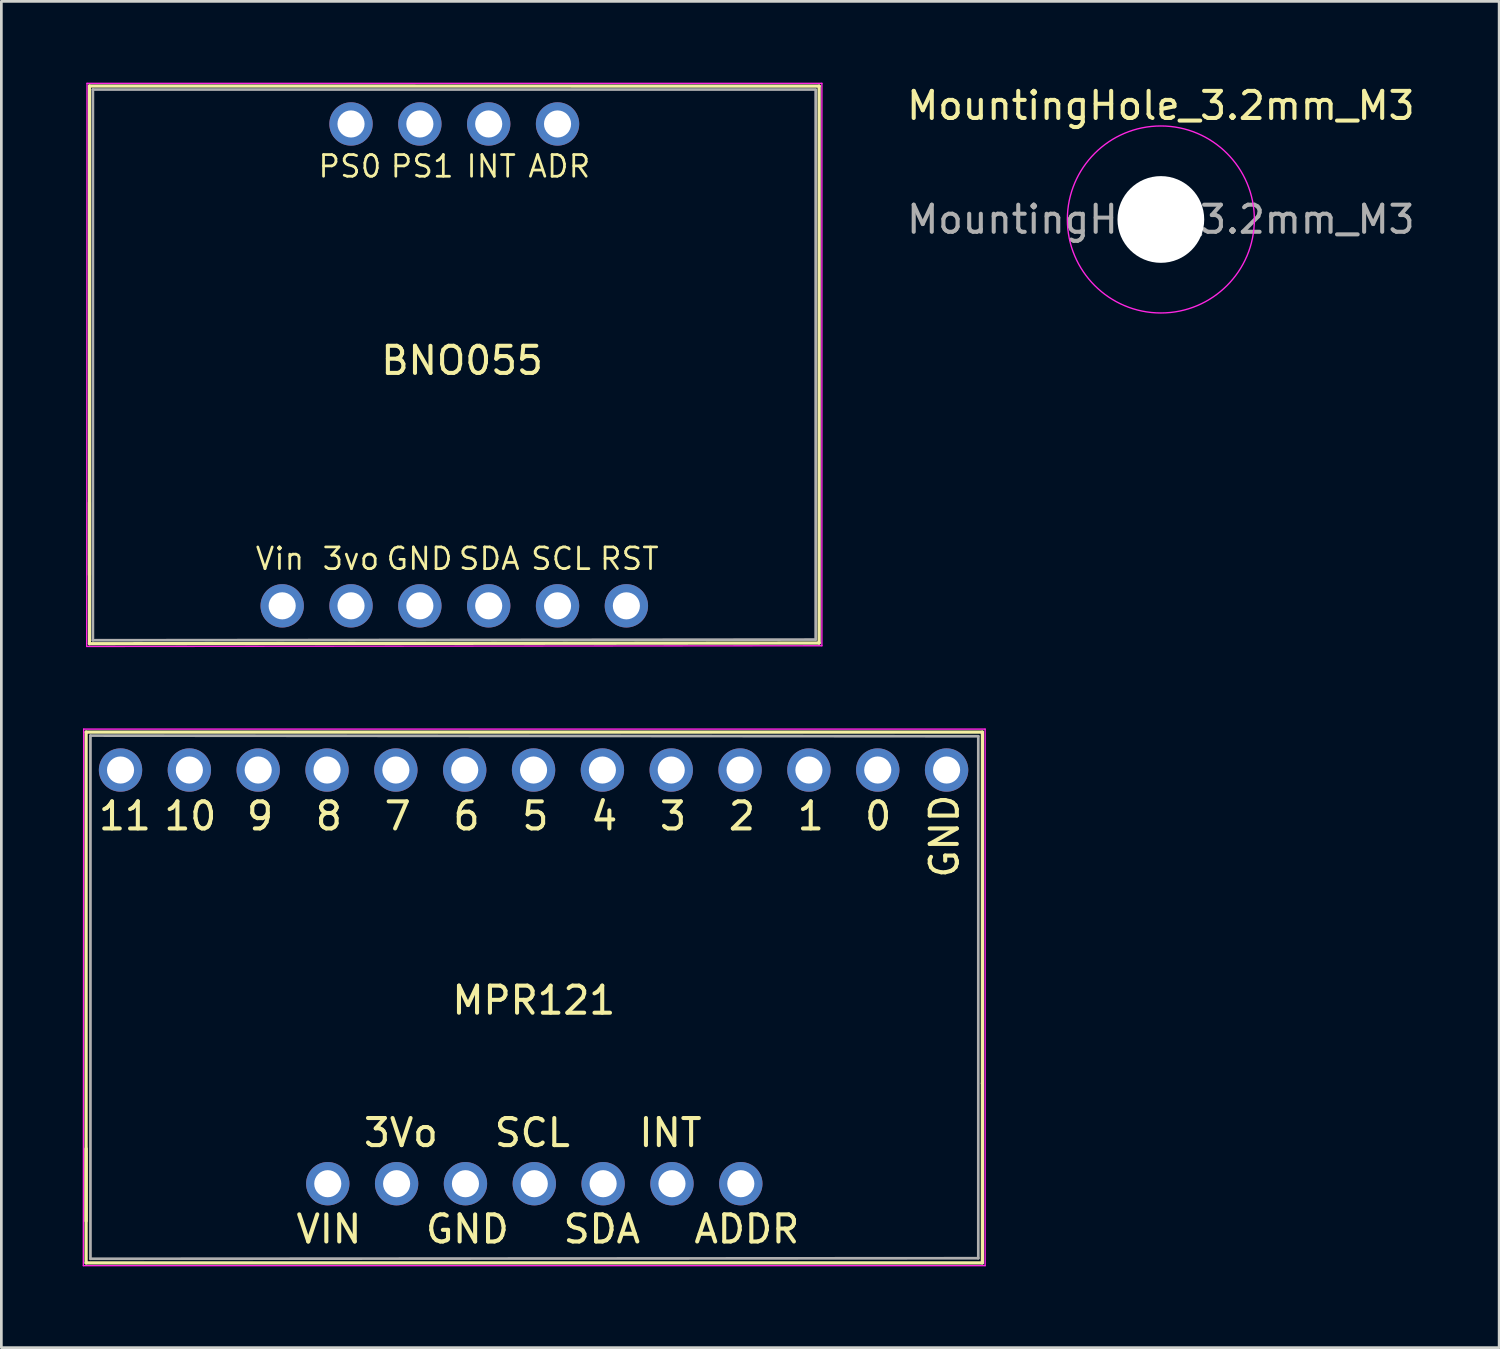
<source format=kicad_pcb>
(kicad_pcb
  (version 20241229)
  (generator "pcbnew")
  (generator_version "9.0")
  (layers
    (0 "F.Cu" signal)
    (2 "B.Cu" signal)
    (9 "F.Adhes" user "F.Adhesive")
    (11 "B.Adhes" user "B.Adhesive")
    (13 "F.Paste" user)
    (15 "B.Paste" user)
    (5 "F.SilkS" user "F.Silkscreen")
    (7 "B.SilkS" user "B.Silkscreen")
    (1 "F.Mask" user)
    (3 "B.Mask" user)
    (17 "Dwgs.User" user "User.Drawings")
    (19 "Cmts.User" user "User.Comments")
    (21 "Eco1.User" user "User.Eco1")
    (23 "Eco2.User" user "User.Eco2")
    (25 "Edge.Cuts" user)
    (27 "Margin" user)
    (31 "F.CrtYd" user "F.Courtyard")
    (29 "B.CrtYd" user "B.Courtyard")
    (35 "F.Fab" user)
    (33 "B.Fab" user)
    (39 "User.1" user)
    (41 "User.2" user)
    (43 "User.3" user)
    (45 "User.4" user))
  (footprint "BNO055"
    (layer "F.Cu")
    (at 0.25 0.254)
    (property "Reference" "BNO055" (at 13.75 10 180) (layer "F.SilkS") (effects (font (size 1 1) (thickness 0.15))))
    (attr through_hole)
    (fp_line (start 0 -0.13) (end 0 17.91) (stroke (width 0.12) (type solid)) (layer "F.SilkS"))
    (fp_line (start 0 15.24) (end 0 20.447) (stroke (width 0.12) (type solid)) (layer "F.SilkS"))
    (fp_line (start 0 20.447) (end 26.924 20.422) (stroke (width 0.12) (type solid)) (layer "F.SilkS"))
    (fp_line (start 26.924 -0.127) (end 0 -0.13) (stroke (width 0.12) (type solid)) (layer "F.SilkS"))
    (fp_line (start 26.924 20.422) (end 26.924 -0.127) (stroke (width 0.12) (type solid)) (layer "F.SilkS"))
    (fp_line (start -0.102 20.549) (end -0.09 -0.229) (stroke (width 0.05) (type solid)) (layer "F.CrtYd"))
    (fp_line (start -0.102 20.549) (end 27.026 20.523) (stroke (width 0.05) (type solid)) (layer "F.CrtYd"))
    (fp_line (start 27.026 -0.229) (end -0.09 -0.229) (stroke (width 0.05) (type solid)) (layer "F.CrtYd"))
    (fp_line (start 27.026 -0.229) (end 27.026 20.523) (stroke (width 0.05) (type solid)) (layer "F.CrtYd"))
    (fp_line (start 0.127 0) (end 26.797 0) (stroke (width 0.1) (type solid)) (layer "F.Fab"))
    (fp_line (start 0.127 20.32) (end 0.127 0) (stroke (width 0.1) (type solid)) (layer "F.Fab"))
    (fp_line (start 26.797 0.019) (end 26.797 20.295) (stroke (width 0.1) (type solid)) (layer "F.Fab"))
    (fp_line (start 26.797 20.295) (end 0.127 20.32) (stroke (width 0.1) (type solid)) (layer "F.Fab"))
    (fp_text user "RST" (at 18.769 17.78 0) (unlocked yes) (layer "F.SilkS") (effects (font (size 0.8 0.8) (thickness 0.1)) (justify left bottom)))
    (fp_text user "PS1" (at 11.049 3.302 0) (unlocked yes) (layer "F.SilkS") (effects (font (size 0.8 0.8) (thickness 0.1)) (justify left bottom)))
    (fp_text user "SCL" (at 16.229 17.78 0) (unlocked yes) (layer "F.SilkS") (effects (font (size 0.8 0.8) (thickness 0.1)) (justify left bottom)))
    (fp_text user "SDA" (at 13.564 17.78 0) (unlocked yes) (layer "F.SilkS") (effects (font (size 0.8 0.8) (thickness 0.1)) (justify left bottom)))
    (fp_text user "INT" (at 13.843 3.302 0) (unlocked yes) (layer "F.SilkS") (effects (font (size 0.8 0.8) (thickness 0.1)) (justify left bottom)))
    (fp_text user "ADR" (at 16.129 3.302 0) (unlocked yes) (layer "F.SilkS") (effects (font (size 0.8 0.8) (thickness 0.1)) (justify left bottom)))
    (fp_text user "3vo" (at 8.534 17.78 0) (unlocked yes) (layer "F.SilkS") (effects (font (size 0.8 0.8) (thickness 0.1)) (justify left bottom)))
    (fp_text user "GND" (at 10.895 17.78 0) (unlocked yes) (layer "F.SilkS") (effects (font (size 0.8 0.8) (thickness 0.1)) (justify left bottom)))
    (fp_text user "Vin" (at 6.069 17.78 0) (unlocked yes) (layer "F.SilkS") (effects (font (size 0.8 0.8) (thickness 0.1)) (justify left bottom)))
    (fp_text user "PS0" (at 8.382 3.302 0) (unlocked yes) (layer "F.SilkS") (effects (font (size 0.8 0.8) (thickness 0.1)) (justify left bottom)))
    (pad "2" thru_hole oval (at 12.192 19.05 90) (size 1.6 1.6) (drill 1) (layers "*.Cu" "*.Mask"))
    (pad "3" thru_hole oval (at 7.112 19.05 90) (size 1.6 1.6) (drill 1) (layers "*.Cu" "*.Mask"))
    (pad "4" thru_hole oval (at 9.652 19.05 90) (size 1.6 1.6) (drill 1) (layers "*.Cu" "*.Mask"))
    (pad "5" thru_hole oval (at 12.192 1.27 90) (size 1.6 1.6) (drill 1) (layers "*.Cu" "*.Mask"))
    (pad "6" thru_hole oval (at 9.652 1.27 90) (size 1.6 1.6) (drill 1) (layers "*.Cu" "*.Mask"))
    (pad "11" thru_hole oval (at 19.812 19.05 90) (size 1.6 1.6) (drill 1) (layers "*.Cu" "*.Mask"))
    (pad "14" thru_hole oval (at 14.732 1.27 90) (size 1.6 1.6) (drill 1) (layers "*.Cu" "*.Mask"))
    (pad "17" thru_hole oval (at 17.272 1.27 90) (size 1.6 1.6) (drill 1) (layers "*.Cu" "*.Mask"))
    (pad "19" thru_hole oval (at 17.272 19.05 90) (size 1.6 1.6) (drill 1) (layers "*.Cu" "*.Mask"))
    (pad "20" thru_hole oval (at 14.732 19.05 90) (size 1.6 1.6) (drill 1) (layers "*.Cu" "*.Mask")))
  (footprint "MountingHole_3.2mm_M3"
    (layer "F.Cu")
    (at 39.783 5.048)
    (property "Reference" "MountingHole_3.2mm_M3" (at 0 -4.2 0) (layer "F.SilkS") (effects (font (size 1 1) (thickness 0.15))))
    (attr exclude_from_pos_files exclude_from_bom)
    (fp_circle (center 0 0) (end 3.45 0) (stroke (width 0.05) (type solid)) (fill no) (layer "F.CrtYd"))
    (fp_text user "${REFERENCE}" (at 0 0 0) (layer "F.Fab") (effects (font (size 1 1) (thickness 0.15))))
    (pad "" np_thru_hole circle (at 0 0) (size 3.2 3.2) (drill 3.2) (layers "*.Cu" "*.Mask")))
  (footprint "MPR121"
    (layer "F.Cu")
    (at 1.397 25.362)
    (property "Reference" "MPR121" (at 15.25 8.5 180) (layer "F.SilkS") (effects (font (size 1 1) (thickness 0.15))))
    (attr through_hole)
    (fp_line (start -1.27 -1.4) (end -1.27 16.64) (stroke (width 0.12) (type solid)) (layer "F.SilkS"))
    (fp_line (start -1.27 13.97) (end -1.27 18.186) (stroke (width 0.12) (type solid)) (layer "F.SilkS"))
    (fp_line (start -1.27 18.186) (end 31.801 18.186) (stroke (width 0.12) (type solid)) (layer "F.SilkS"))
    (fp_line (start 31.801 -1.4) (end -1.27 -1.4) (stroke (width 0.12) (type solid)) (layer "F.SilkS"))
    (fp_line (start 31.801 -1.4) (end 31.801 11.56) (stroke (width 0.12) (type solid)) (layer "F.SilkS"))
    (fp_line (start 31.801 18.186) (end 31.801 11.56) (stroke (width 0.12) (type solid)) (layer "F.SilkS"))
    (fp_line (start -1.372 18.288) (end -1.36 -1.51) (stroke (width 0.05) (type solid)) (layer "F.CrtYd"))
    (fp_line (start -1.372 18.288) (end 31.902 18.288) (stroke (width 0.05) (type solid)) (layer "F.CrtYd"))
    (fp_line (start 31.902 -1.51) (end -1.36 -1.51) (stroke (width 0.05) (type solid)) (layer "F.CrtYd"))
    (fp_line (start 31.902 -1.51) (end 31.902 18.288) (stroke (width 0.05) (type solid)) (layer "F.CrtYd"))
    (fp_line (start -1.11 -1.27) (end 31.65 -1.246) (stroke (width 0.1) (type solid)) (layer "F.Fab"))
    (fp_line (start -1.11 18.034) (end -1.11 -1.27) (stroke (width 0.1) (type solid)) (layer "F.Fab"))
    (fp_line (start 31.65 -1.246) (end 31.65 18.014) (stroke (width 0.1) (type solid)) (layer "F.Fab"))
    (fp_line (start 31.65 18.014) (end -1.11 18.034) (stroke (width 0.1) (type solid)) (layer "F.Fab"))
    (fp_text user "SCL" (at 13.716 13.97 0) (unlocked yes) (layer "F.SilkS") (effects (font (size 1 1) (thickness 0.15)) (justify left bottom)))
    (fp_text user "0" (at 27.38 2.286 0) (unlocked yes) (layer "F.SilkS") (effects (font (size 1 1) (thickness 0.15)) (justify left bottom)))
    (fp_text user "ADDR" (at 21.082 17.526 0) (unlocked yes) (layer "F.SilkS") (effects (font (size 1 1) (thickness 0.15)) (justify left bottom)))
    (fp_text user "3" (at 19.812 2.286 0) (unlocked yes) (layer "F.SilkS") (effects (font (size 1 1) (thickness 0.15)) (justify left bottom)))
    (fp_text user "2" (at 22.352 2.286 0) (unlocked yes) (layer "F.SilkS") (effects (font (size 1 1) (thickness 0.15)) (justify left bottom)))
    (fp_text user "10" (at 1.524 2.286 0) (unlocked yes) (layer "F.SilkS") (effects (font (size 1 1) (thickness 0.15)) (justify left bottom)))
    (fp_text user "4" (at 17.272 2.286 0) (unlocked yes) (layer "F.SilkS") (effects (font (size 1 1) (thickness 0.15)) (justify left bottom)))
    (fp_text user "GND" (at 11.176 17.526 0) (unlocked yes) (layer "F.SilkS") (effects (font (size 1 1) (thickness 0.15)) (justify left bottom)))
    (fp_text user "5" (at 14.732 2.286 0) (unlocked yes) (layer "F.SilkS") (effects (font (size 1 1) (thickness 0.15)) (justify left bottom)))
    (fp_text user "8" (at 7.112 2.286 0) (unlocked yes) (layer "F.SilkS") (effects (font (size 1 1) (thickness 0.15)) (justify left bottom)))
    (fp_text user "7" (at 9.652 2.286 0) (unlocked yes) (layer "F.SilkS") (effects (font (size 1 1) (thickness 0.15)) (justify left bottom)))
    (fp_text user "INT" (at 19.05 13.97 0) (unlocked yes) (layer "F.SilkS") (effects (font (size 1 1) (thickness 0.15)) (justify left bottom)))
    (fp_text user "SDA" (at 16.256 17.526 0) (unlocked yes) (layer "F.SilkS") (effects (font (size 1 1) (thickness 0.15)) (justify left bottom)))
    (fp_text user "VIN" (at 6.4 17.526 0) (unlocked yes) (layer "F.SilkS") (effects (font (size 1 1) (thickness 0.15)) (justify left bottom)))
    (fp_text user "1" (at 24.892 2.286 0) (unlocked yes) (layer "F.SilkS") (effects (font (size 1 1) (thickness 0.15)) (justify left bottom)))
    (fp_text user "3Vo" (at 8.89 13.97 0) (unlocked yes) (layer "F.SilkS") (effects (font (size 1 1) (thickness 0.15)) (justify left bottom)))
    (fp_text user "9" (at 4.572 2.286 0) (unlocked yes) (layer "F.SilkS") (effects (font (size 1 1) (thickness 0.15)) (justify left bottom)))
    (fp_text user "11" (at -0.889 2.286 0) (unlocked yes) (layer "F.SilkS") (effects (font (size 1 1) (thickness 0.15)) (justify left bottom)))
    (fp_text user "6" (at 12.192 2.286 0) (unlocked yes) (layer "F.SilkS") (effects (font (size 1 1) (thickness 0.15)) (justify left bottom)))
    (fp_text user "GND" (at 30.988 4.064 90) (unlocked yes) (layer "F.SilkS") (effects (font (size 1 1) (thickness 0.15)) (justify left bottom)))
    (pad "1" thru_hole oval (at 20.347 15.264 90) (size 1.6 1.6) (drill 1) (layers "*.Cu" "*.Mask"))
    (pad "2" thru_hole oval (at 15.267 15.264 90) (size 1.6 1.6) (drill 1) (layers "*.Cu" "*.Mask"))
    (pad "3" thru_hole oval (at 17.807 15.264 90) (size 1.6 1.6) (drill 1) (layers "*.Cu" "*.Mask"))
    (pad "4" thru_hole oval (at 22.887 15.264 90) (size 1.6 1.6) (drill 1) (layers "*.Cu" "*.Mask"))
    (pad "5" thru_hole oval (at 10.187 15.264 90) (size 1.6 1.6) (drill 1) (layers "*.Cu" "*.Mask"))
    (pad "6" thru_hole oval (at 12.727 15.264 90) (size 1.6 1.6) (drill 1) (layers "*.Cu" "*.Mask"))
    (pad "7" thru_hole oval (at 30.48 0 90) (size 1.6 1.6) (drill 1) (layers "*.Cu" "*.Mask"))
    (pad "8" thru_hole oval (at 27.94 0 90) (size 1.6 1.6) (drill 1) (layers "*.Cu" "*.Mask"))
    (pad "9" thru_hole oval (at 25.4 0 90) (size 1.6 1.6) (drill 1) (layers "*.Cu" "*.Mask"))
    (pad "10" thru_hole oval (at 22.86 0 90) (size 1.6 1.6) (drill 1) (layers "*.Cu" "*.Mask"))
    (pad "11" thru_hole oval (at 20.32 0 90) (size 1.6 1.6) (drill 1) (layers "*.Cu" "*.Mask"))
    (pad "12" thru_hole oval (at 17.78 0 90) (size 1.6 1.6) (drill 1) (layers "*.Cu" "*.Mask"))
    (pad "13" thru_hole oval (at 15.24 0 90) (size 1.6 1.6) (drill 1) (layers "*.Cu" "*.Mask"))
    (pad "14" thru_hole oval (at 12.7 0 90) (size 1.6 1.6) (drill 1) (layers "*.Cu" "*.Mask"))
    (pad "15" thru_hole oval (at 10.16 0 90) (size 1.6 1.6) (drill 1) (layers "*.Cu" "*.Mask"))
    (pad "16" thru_hole oval (at 7.62 0 90) (size 1.6 1.6) (drill 1) (layers "*.Cu" "*.Mask"))
    (pad "17" thru_hole oval (at 5.08 0 90) (size 1.6 1.6) (drill 1) (layers "*.Cu" "*.Mask"))
    (pad "18" thru_hole oval (at 2.54 0 90) (size 1.6 1.6) (drill 1) (layers "*.Cu" "*.Mask"))
    (pad "19" thru_hole oval (at 0 0 90) (size 1.6 1.6) (drill 1) (layers "*.Cu" "*.Mask"))
    (pad "20" thru_hole oval (at 7.647 15.264 90) (size 1.6 1.6) (drill 1) (layers "*.Cu" "*.Mask")))
  (gr_rect
    (start -3 -3)
    (end 52.265 46.675)
    (stroke (width 0.1) (type default))
    (fill no)
    (layer "Edge.Cuts")))
</source>
